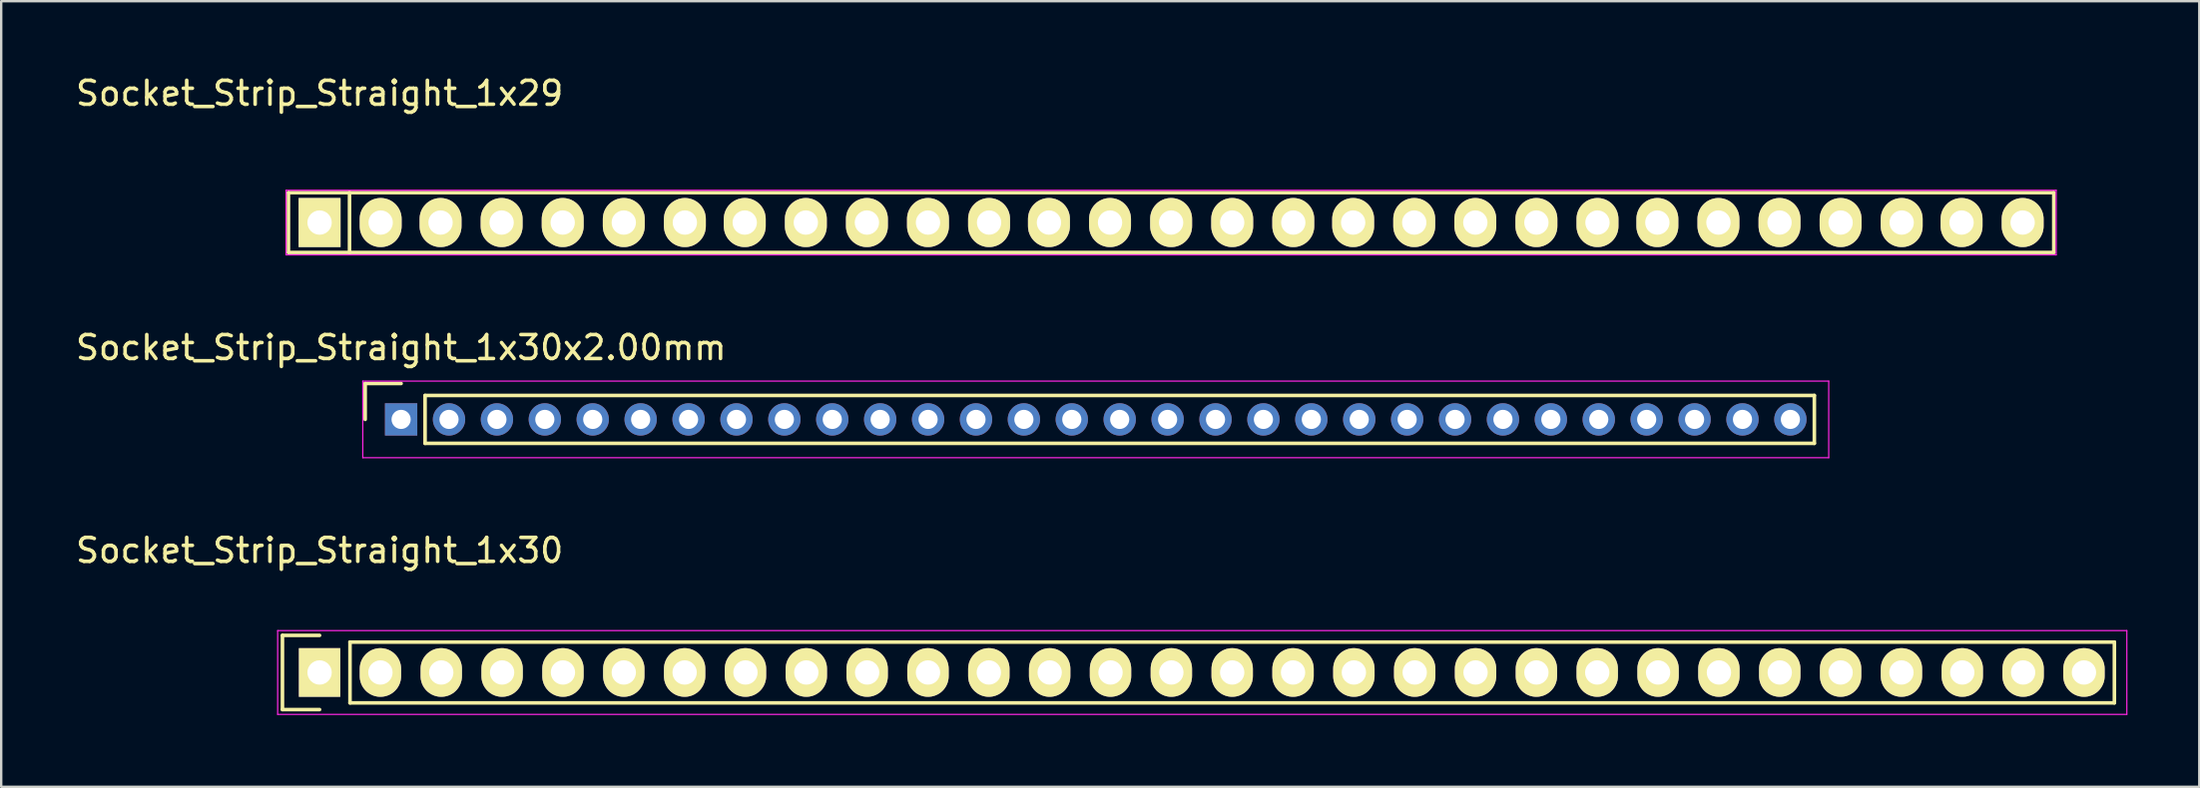
<source format=kicad_pcb>
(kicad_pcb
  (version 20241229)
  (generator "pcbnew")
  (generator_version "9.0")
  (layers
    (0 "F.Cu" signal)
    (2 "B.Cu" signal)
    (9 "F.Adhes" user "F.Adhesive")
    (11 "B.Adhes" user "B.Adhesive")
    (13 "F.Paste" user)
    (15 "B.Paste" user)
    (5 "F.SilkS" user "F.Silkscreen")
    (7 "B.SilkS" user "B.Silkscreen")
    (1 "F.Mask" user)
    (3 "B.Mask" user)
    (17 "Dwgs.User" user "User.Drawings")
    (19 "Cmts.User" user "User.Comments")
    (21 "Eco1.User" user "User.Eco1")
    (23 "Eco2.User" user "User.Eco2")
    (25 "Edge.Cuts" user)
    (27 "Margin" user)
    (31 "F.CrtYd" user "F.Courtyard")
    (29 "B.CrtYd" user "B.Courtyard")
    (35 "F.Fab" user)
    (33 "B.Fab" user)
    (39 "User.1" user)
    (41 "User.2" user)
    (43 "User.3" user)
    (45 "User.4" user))
  (footprint "Socket_Strip_Straight_1x30x2.00mm"
    (layer "F.Cu")
    (at 13.696 14.472)
    (property "Reference" "Socket_Strip_Straight_1x30x2.00mm" (at 0 -3 0) (layer "F.SilkS") (effects (font (size 1 1) (thickness 0.15))))
    (attr through_hole)
    (fp_line (start -1.5 -1.5) (end -1.5 0) (stroke (width 0.15) (type solid)) (layer "F.SilkS"))
    (fp_line (start 0 -1.5) (end -1.5 -1.5) (stroke (width 0.15) (type solid)) (layer "F.SilkS"))
    (fp_line (start 1 -1) (end 1 1) (stroke (width 0.15) (type solid)) (layer "F.SilkS"))
    (fp_line (start 1 1) (end 59 1) (stroke (width 0.15) (type solid)) (layer "F.SilkS"))
    (fp_line (start 59 -1) (end 1 -1) (stroke (width 0.15) (type solid)) (layer "F.SilkS"))
    (fp_line (start 59 1) (end 59 -1) (stroke (width 0.15) (type solid)) (layer "F.SilkS"))
    (fp_line (start -1.6 -1.6) (end -1.6 1.6) (stroke (width 0.05) (type solid)) (layer "F.CrtYd"))
    (fp_line (start -1.6 1.6) (end 59.6 1.6) (stroke (width 0.05) (type solid)) (layer "F.CrtYd"))
    (fp_line (start 59.6 -1.6) (end -1.6 -1.6) (stroke (width 0.05) (type solid)) (layer "F.CrtYd"))
    (fp_line (start 59.6 1.6) (end 59.6 -1.6) (stroke (width 0.05) (type solid)) (layer "F.CrtYd"))
    (pad "1" thru_hole rect (at 0 0) (size 1.35 1.35) (drill 0.8) (layers "*.Cu" "*.Mask"))
    (pad "2" thru_hole circle (at 2 0) (size 1.35 1.35) (drill 0.8) (layers "*.Cu" "*.Mask"))
    (pad "3" thru_hole circle (at 4 0) (size 1.35 1.35) (drill 0.8) (layers "*.Cu" "*.Mask"))
    (pad "4" thru_hole circle (at 6 0) (size 1.35 1.35) (drill 0.8) (layers "*.Cu" "*.Mask"))
    (pad "5" thru_hole circle (at 8 0) (size 1.35 1.35) (drill 0.8) (layers "*.Cu" "*.Mask"))
    (pad "6" thru_hole circle (at 10 0) (size 1.35 1.35) (drill 0.8) (layers "*.Cu" "*.Mask"))
    (pad "7" thru_hole circle (at 12 0) (size 1.35 1.35) (drill 0.8) (layers "*.Cu" "*.Mask"))
    (pad "8" thru_hole circle (at 14 0) (size 1.35 1.35) (drill 0.8) (layers "*.Cu" "*.Mask"))
    (pad "9" thru_hole circle (at 16 0) (size 1.35 1.35) (drill 0.8) (layers "*.Cu" "*.Mask"))
    (pad "10" thru_hole circle (at 18 0) (size 1.35 1.35) (drill 0.8) (layers "*.Cu" "*.Mask"))
    (pad "11" thru_hole circle (at 20 0) (size 1.35 1.35) (drill 0.8) (layers "*.Cu" "*.Mask"))
    (pad "12" thru_hole circle (at 22 0) (size 1.35 1.35) (drill 0.8) (layers "*.Cu" "*.Mask"))
    (pad "13" thru_hole circle (at 24 0) (size 1.35 1.35) (drill 0.8) (layers "*.Cu" "*.Mask"))
    (pad "14" thru_hole circle (at 26 0) (size 1.35 1.35) (drill 0.8) (layers "*.Cu" "*.Mask"))
    (pad "15" thru_hole circle (at 28 0) (size 1.35 1.35) (drill 0.8) (layers "*.Cu" "*.Mask"))
    (pad "16" thru_hole circle (at 30 0) (size 1.35 1.35) (drill 0.8) (layers "*.Cu" "*.Mask"))
    (pad "17" thru_hole circle (at 32 0) (size 1.35 1.35) (drill 0.8) (layers "*.Cu" "*.Mask"))
    (pad "18" thru_hole circle (at 34 0) (size 1.35 1.35) (drill 0.8) (layers "*.Cu" "*.Mask"))
    (pad "19" thru_hole circle (at 36 0) (size 1.35 1.35) (drill 0.8) (layers "*.Cu" "*.Mask"))
    (pad "20" thru_hole circle (at 38 0) (size 1.35 1.35) (drill 0.8) (layers "*.Cu" "*.Mask"))
    (pad "21" thru_hole circle (at 40 0) (size 1.35 1.35) (drill 0.8) (layers "*.Cu" "*.Mask"))
    (pad "22" thru_hole circle (at 42 0) (size 1.35 1.35) (drill 0.8) (layers "*.Cu" "*.Mask"))
    (pad "23" thru_hole circle (at 44 0) (size 1.35 1.35) (drill 0.8) (layers "*.Cu" "*.Mask"))
    (pad "24" thru_hole circle (at 46 0) (size 1.35 1.35) (drill 0.8) (layers "*.Cu" "*.Mask"))
    (pad "25" thru_hole circle (at 48 0) (size 1.35 1.35) (drill 0.8) (layers "*.Cu" "*.Mask"))
    (pad "26" thru_hole circle (at 50 0) (size 1.35 1.35) (drill 0.8) (layers "*.Cu" "*.Mask"))
    (pad "27" thru_hole circle (at 52 0) (size 1.35 1.35) (drill 0.8) (layers "*.Cu" "*.Mask"))
    (pad "28" thru_hole circle (at 54 0) (size 1.35 1.35) (drill 0.8) (layers "*.Cu" "*.Mask"))
    (pad "29" thru_hole circle (at 56 0) (size 1.35 1.35) (drill 0.8) (layers "*.Cu" "*.Mask"))
    (pad "30" thru_hole circle (at 58 0) (size 1.35 1.35) (drill 0.8) (layers "*.Cu" "*.Mask")))
  (footprint "Socket_Strip_Straight_1x30"
    (layer "F.Cu")
    (at 10.292 25.045)
    (property "Reference" "Socket_Strip_Straight_1x30" (at 0 -5.1 0) (layer "F.SilkS") (effects (font (size 1 1) (thickness 0.15))))
    (attr through_hole)
    (fp_line (start -1.55 -1.55) (end -1.55 1.55) (stroke (width 0.15) (type solid)) (layer "F.SilkS"))
    (fp_line (start -1.55 1.55) (end 0 1.55) (stroke (width 0.15) (type solid)) (layer "F.SilkS"))
    (fp_line (start 0 -1.55) (end -1.55 -1.55) (stroke (width 0.15) (type solid)) (layer "F.SilkS"))
    (fp_line (start 1.27 -1.27) (end 74.93 -1.27) (stroke (width 0.15) (type solid)) (layer "F.SilkS"))
    (fp_line (start 1.27 1.27) (end 1.27 -1.27) (stroke (width 0.15) (type solid)) (layer "F.SilkS"))
    (fp_line (start 74.93 -1.27) (end 74.93 1.27) (stroke (width 0.15) (type solid)) (layer "F.SilkS"))
    (fp_line (start 74.93 1.27) (end 1.27 1.27) (stroke (width 0.15) (type solid)) (layer "F.SilkS"))
    (fp_line (start -1.75 -1.75) (end -1.75 1.75) (stroke (width 0.05) (type solid)) (layer "F.CrtYd"))
    (fp_line (start -1.75 -1.75) (end 75.45 -1.75) (stroke (width 0.05) (type solid)) (layer "F.CrtYd"))
    (fp_line (start -1.75 1.75) (end 75.45 1.75) (stroke (width 0.05) (type solid)) (layer "F.CrtYd"))
    (fp_line (start 75.45 -1.75) (end 75.45 1.75) (stroke (width 0.05) (type solid)) (layer "F.CrtYd"))
    (pad "1" thru_hole rect (at 0 0) (size 1.727 2.032) (drill 1.016) (layers "*.Cu" "*.Mask" "F.SilkS"))
    (pad "2" thru_hole oval (at 2.54 0) (size 1.727 2.032) (drill 1.016) (layers "*.Cu" "*.Mask" "F.SilkS"))
    (pad "3" thru_hole oval (at 5.08 0) (size 1.727 2.032) (drill 1.016) (layers "*.Cu" "*.Mask" "F.SilkS"))
    (pad "4" thru_hole oval (at 7.62 0) (size 1.727 2.032) (drill 1.016) (layers "*.Cu" "*.Mask" "F.SilkS"))
    (pad "5" thru_hole oval (at 10.16 0) (size 1.727 2.032) (drill 1.016) (layers "*.Cu" "*.Mask" "F.SilkS"))
    (pad "6" thru_hole oval (at 12.7 0) (size 1.727 2.032) (drill 1.016) (layers "*.Cu" "*.Mask" "F.SilkS"))
    (pad "7" thru_hole oval (at 15.24 0) (size 1.727 2.032) (drill 1.016) (layers "*.Cu" "*.Mask" "F.SilkS"))
    (pad "8" thru_hole oval (at 17.78 0) (size 1.727 2.032) (drill 1.016) (layers "*.Cu" "*.Mask" "F.SilkS"))
    (pad "9" thru_hole oval (at 20.32 0) (size 1.727 2.032) (drill 1.016) (layers "*.Cu" "*.Mask" "F.SilkS"))
    (pad "10" thru_hole oval (at 22.86 0) (size 1.727 2.032) (drill 1.016) (layers "*.Cu" "*.Mask" "F.SilkS"))
    (pad "11" thru_hole oval (at 25.4 0) (size 1.727 2.032) (drill 1.016) (layers "*.Cu" "*.Mask" "F.SilkS"))
    (pad "12" thru_hole oval (at 27.94 0) (size 1.727 2.032) (drill 1.016) (layers "*.Cu" "*.Mask" "F.SilkS"))
    (pad "13" thru_hole oval (at 30.48 0) (size 1.727 2.032) (drill 1.016) (layers "*.Cu" "*.Mask" "F.SilkS"))
    (pad "14" thru_hole oval (at 33.02 0) (size 1.727 2.032) (drill 1.016) (layers "*.Cu" "*.Mask" "F.SilkS"))
    (pad "15" thru_hole oval (at 35.56 0) (size 1.727 2.032) (drill 1.016) (layers "*.Cu" "*.Mask" "F.SilkS"))
    (pad "16" thru_hole oval (at 38.1 0) (size 1.727 2.032) (drill 1.016) (layers "*.Cu" "*.Mask" "F.SilkS"))
    (pad "17" thru_hole oval (at 40.64 0) (size 1.727 2.032) (drill 1.016) (layers "*.Cu" "*.Mask" "F.SilkS"))
    (pad "18" thru_hole oval (at 43.18 0) (size 1.727 2.032) (drill 1.016) (layers "*.Cu" "*.Mask" "F.SilkS"))
    (pad "19" thru_hole oval (at 45.72 0) (size 1.727 2.032) (drill 1.016) (layers "*.Cu" "*.Mask" "F.SilkS"))
    (pad "20" thru_hole oval (at 48.26 0) (size 1.727 2.032) (drill 1.016) (layers "*.Cu" "*.Mask" "F.SilkS"))
    (pad "21" thru_hole oval (at 50.8 0) (size 1.727 2.032) (drill 1.016) (layers "*.Cu" "*.Mask" "F.SilkS"))
    (pad "22" thru_hole oval (at 53.34 0) (size 1.727 2.032) (drill 1.016) (layers "*.Cu" "*.Mask" "F.SilkS"))
    (pad "23" thru_hole oval (at 55.88 0) (size 1.727 2.032) (drill 1.016) (layers "*.Cu" "*.Mask" "F.SilkS"))
    (pad "24" thru_hole oval (at 58.42 0) (size 1.727 2.032) (drill 1.016) (layers "*.Cu" "*.Mask" "F.SilkS"))
    (pad "25" thru_hole oval (at 60.96 0) (size 1.727 2.032) (drill 1.016) (layers "*.Cu" "*.Mask" "F.SilkS"))
    (pad "26" thru_hole oval (at 63.5 0) (size 1.727 2.032) (drill 1.016) (layers "*.Cu" "*.Mask" "F.SilkS"))
    (pad "27" thru_hole oval (at 66.04 0) (size 1.727 2.032) (drill 1.016) (layers "*.Cu" "*.Mask" "F.SilkS"))
    (pad "28" thru_hole oval (at 68.58 0) (size 1.727 2.032) (drill 1.016) (layers "*.Cu" "*.Mask" "F.SilkS"))
    (pad "29" thru_hole oval (at 71.12 0) (size 1.727 2.032) (drill 1.016) (layers "*.Cu" "*.Mask" "F.SilkS"))
    (pad "30" thru_hole oval (at 73.66 0) (size 1.727 2.032) (drill 1.016) (layers "*.Cu" "*.Mask" "F.SilkS")))
  (footprint "Socket_Strip_Straight_1x29"
    (layer "F.Cu")
    (at 10.292 6.248)
    (property "Reference" "Socket_Strip_Straight_1x29" (at 0 -5.4 0) (layer "F.SilkS") (effects (font (size 1 1) (thickness 0.15))))
    (attr through_hole)
    (fp_line (start -1.3 -1.25) (end 1.25 -1.25) (stroke (width 0.15) (type solid)) (layer "F.SilkS"))
    (fp_line (start -1.3 1.25) (end -1.3 -1.25) (stroke (width 0.15) (type solid)) (layer "F.SilkS"))
    (fp_line (start -1.3 1.25) (end 1.25 1.25) (stroke (width 0.15) (type solid)) (layer "F.SilkS"))
    (fp_line (start 1.25 -1.25) (end 72.4 -1.25) (stroke (width 0.15) (type solid)) (layer "F.SilkS"))
    (fp_line (start 1.25 1.25) (end 1.25 -1.25) (stroke (width 0.15) (type solid)) (layer "F.SilkS"))
    (fp_line (start 72.4 -1.25) (end 72.4 1.25) (stroke (width 0.15) (type solid)) (layer "F.SilkS"))
    (fp_line (start 72.4 1.25) (end 1.25 1.25) (stroke (width 0.15) (type solid)) (layer "F.SilkS"))
    (fp_line (start -1.4 -1.35) (end -1.4 1.35) (stroke (width 0.05) (type solid)) (layer "F.CrtYd"))
    (fp_line (start -1.4 -1.35) (end 72.5 -1.35) (stroke (width 0.05) (type solid)) (layer "F.CrtYd"))
    (fp_line (start -1.4 1.35) (end 72.5 1.35) (stroke (width 0.05) (type solid)) (layer "F.CrtYd"))
    (fp_line (start 72.5 -1.35) (end 72.5 1.35) (stroke (width 0.05) (type solid)) (layer "F.CrtYd"))
    (pad "1" thru_hole rect (at 0 0) (size 1.75 2.05) (drill 1.016) (layers "*.Cu" "*.Mask" "F.SilkS"))
    (pad "2" thru_hole oval (at 2.55 0) (size 1.75 2.05) (drill 1.016) (layers "*.Cu" "*.Mask" "F.SilkS"))
    (pad "3" thru_hole oval (at 5.05 0) (size 1.75 2.05) (drill 1.016) (layers "*.Cu" "*.Mask" "F.SilkS"))
    (pad "4" thru_hole oval (at 7.6 0) (size 1.75 2.05) (drill 1.016) (layers "*.Cu" "*.Mask" "F.SilkS"))
    (pad "5" thru_hole oval (at 10.15 0) (size 1.75 2.05) (drill 1.016) (layers "*.Cu" "*.Mask" "F.SilkS"))
    (pad "6" thru_hole oval (at 12.7 0) (size 1.75 2.05) (drill 1.016) (layers "*.Cu" "*.Mask" "F.SilkS"))
    (pad "7" thru_hole oval (at 15.25 0) (size 1.75 2.05) (drill 1.016) (layers "*.Cu" "*.Mask" "F.SilkS"))
    (pad "8" thru_hole oval (at 17.75 0) (size 1.75 2.05) (drill 1.016) (layers "*.Cu" "*.Mask" "F.SilkS"))
    (pad "9" thru_hole oval (at 20.3 0) (size 1.75 2.05) (drill 1.016) (layers "*.Cu" "*.Mask" "F.SilkS"))
    (pad "10" thru_hole oval (at 22.85 0) (size 1.75 2.05) (drill 1.016) (layers "*.Cu" "*.Mask" "F.SilkS"))
    (pad "11" thru_hole oval (at 25.4 0) (size 1.75 2.05) (drill 1.016) (layers "*.Cu" "*.Mask" "F.SilkS"))
    (pad "12" thru_hole oval (at 27.95 0) (size 1.75 2.05) (drill 1.016) (layers "*.Cu" "*.Mask" "F.SilkS"))
    (pad "13" thru_hole oval (at 30.45 0) (size 1.75 2.05) (drill 1.016) (layers "*.Cu" "*.Mask" "F.SilkS"))
    (pad "14" thru_hole oval (at 33 0) (size 1.75 2.05) (drill 1.016) (layers "*.Cu" "*.Mask" "F.SilkS"))
    (pad "15" thru_hole oval (at 35.55 0) (size 1.75 2.05) (drill 1.016) (layers "*.Cu" "*.Mask" "F.SilkS"))
    (pad "16" thru_hole oval (at 38.1 0) (size 1.75 2.05) (drill 1.016) (layers "*.Cu" "*.Mask" "F.SilkS"))
    (pad "17" thru_hole oval (at 40.65 0) (size 1.75 2.05) (drill 1.016) (layers "*.Cu" "*.Mask" "F.SilkS"))
    (pad "18" thru_hole oval (at 43.15 0) (size 1.75 2.05) (drill 1.016) (layers "*.Cu" "*.Mask" "F.SilkS"))
    (pad "19" thru_hole oval (at 45.7 0) (size 1.75 2.05) (drill 1.016) (layers "*.Cu" "*.Mask" "F.SilkS"))
    (pad "20" thru_hole oval (at 48.25 0) (size 1.75 2.05) (drill 1.016) (layers "*.Cu" "*.Mask" "F.SilkS"))
    (pad "21" thru_hole oval (at 50.8 0) (size 1.75 2.05) (drill 1.016) (layers "*.Cu" "*.Mask" "F.SilkS"))
    (pad "22" thru_hole oval (at 53.35 0) (size 1.75 2.05) (drill 1.016) (layers "*.Cu" "*.Mask" "F.SilkS"))
    (pad "23" thru_hole oval (at 55.85 0) (size 1.75 2.05) (drill 1.016) (layers "*.Cu" "*.Mask" "F.SilkS"))
    (pad "24" thru_hole oval (at 58.4 0) (size 1.75 2.05) (drill 1.016) (layers "*.Cu" "*.Mask" "F.SilkS"))
    (pad "25" thru_hole oval (at 60.95 0) (size 1.75 2.05) (drill 1.016) (layers "*.Cu" "*.Mask" "F.SilkS"))
    (pad "26" thru_hole oval (at 63.5 0) (size 1.75 2.05) (drill 1.016) (layers "*.Cu" "*.Mask" "F.SilkS"))
    (pad "27" thru_hole oval (at 66.05 0) (size 1.75 2.05) (drill 1.016) (layers "*.Cu" "*.Mask" "F.SilkS"))
    (pad "28" thru_hole oval (at 68.55 0) (size 1.75 2.05) (drill 1.016) (layers "*.Cu" "*.Mask" "F.SilkS"))
    (pad "29" thru_hole oval (at 71.1 0) (size 1.75 2.05) (drill 1.016) (layers "*.Cu" "*.Mask" "F.SilkS")))
  (gr_rect
    (start -3 -3)
    (end 88.767 29.82)
    (stroke (width 0.1) (type default))
    (fill no)
    (layer "Edge.Cuts")))
</source>
